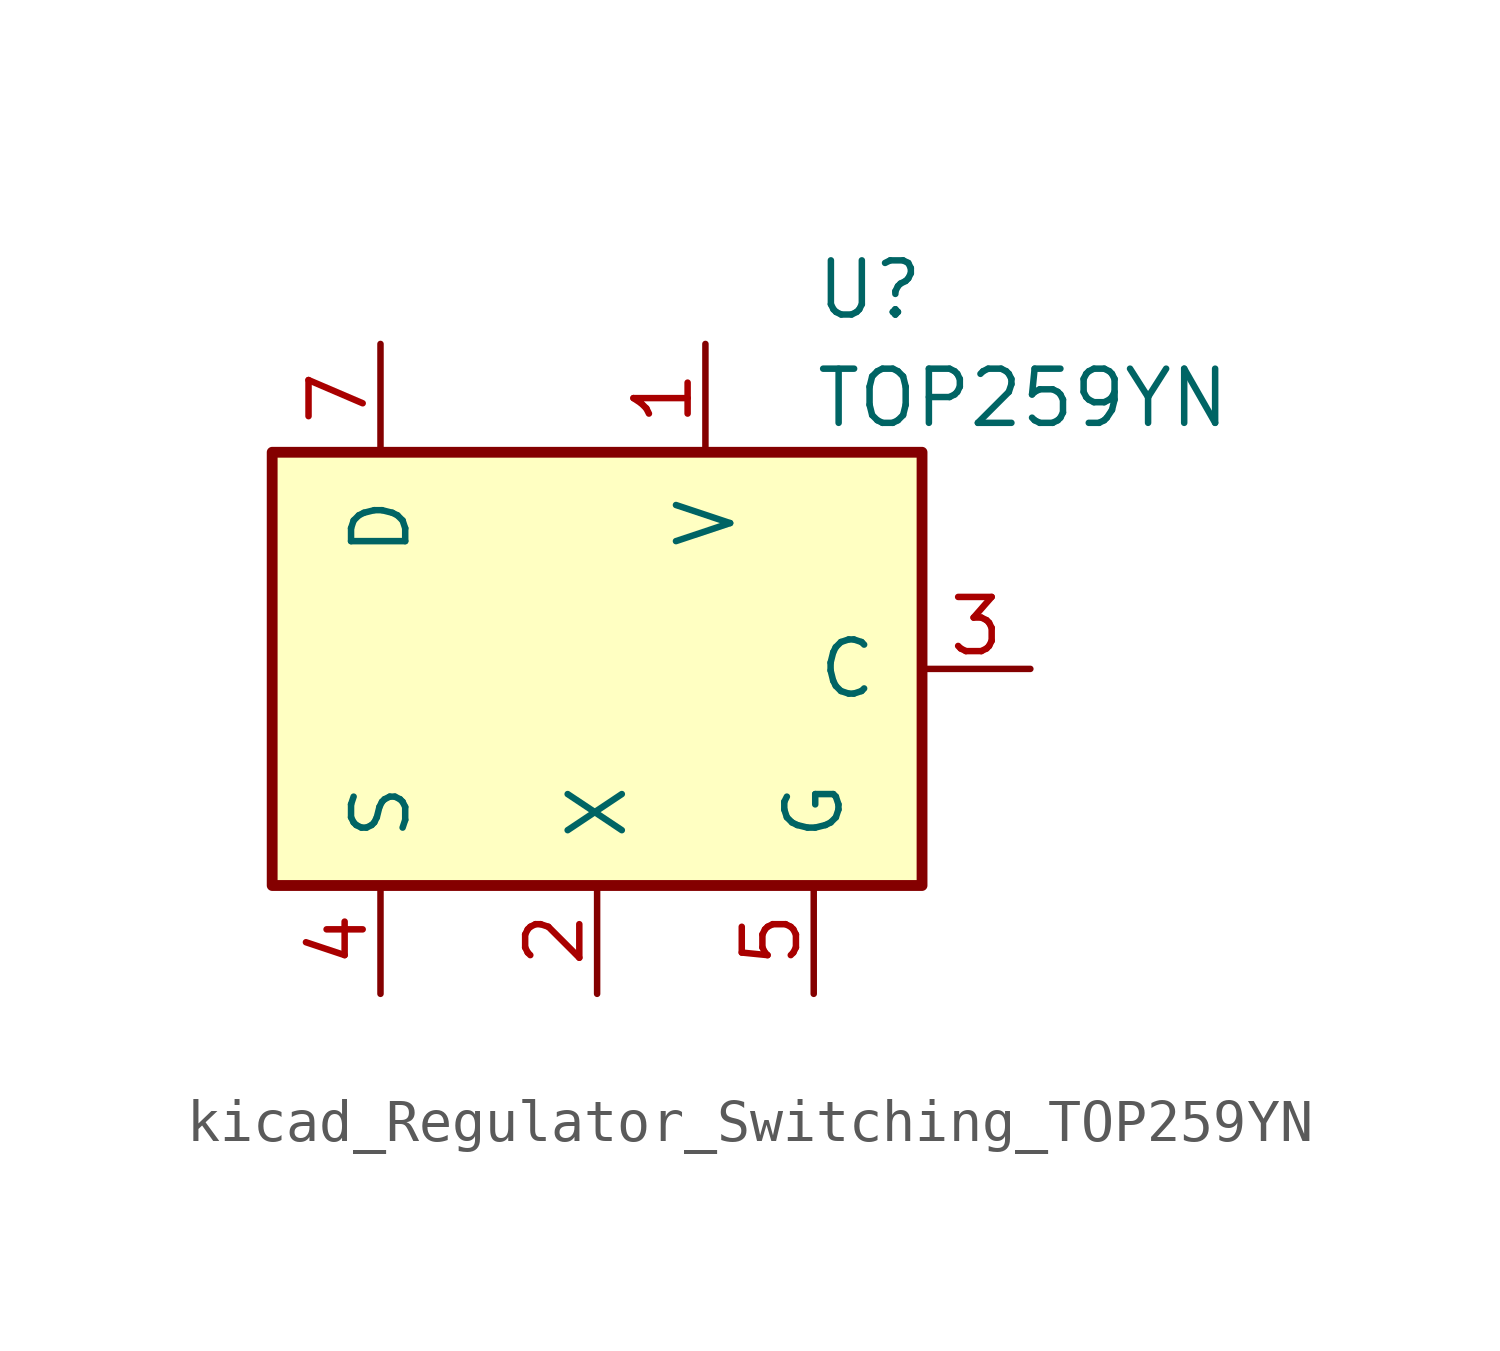
<source format=kicad_sym>
(kicad_symbol_lib
  (version 20220914)
  (generator kicad_symbol_editor)
  (symbol "kicad_Regulator_Switching_TOP259YN"
    (pin_names
      (offset 1.016))
    (property "Reference" "U"
      (at 5.08 8.89 0)
      (effects (font (size 1.27 1.27)) (justify left)))
    (property "Value" "TOP259YN"
      (at 5.08 6.35 0)
      (effects (font (size 1.27 1.27)) (justify left)))
    (symbol "kicad_Regulator_Switching_TOP259YN_0_1"
      (rectangle (start -7.62 5.08) (end 7.62 -5.08) (stroke (width 0.254) (type default)) (fill (type background))))
    (symbol "kicad_Regulator_Switching_TOP259YN_1_1"
      (pin input line (at 2.54 7.62 270) (length 2.54) (name "V" (effects (font (size 1.27 1.27)))) (number "1" (effects (font (size 1.27 1.27)))))
      (pin input line (at 0 -7.62 90) (length 2.54) (name "X" (effects (font (size 1.27 1.27)))) (number "2" (effects (font (size 1.27 1.27)))))
      (pin input line (at 10.16 0 180) (length 2.54) (name "C" (effects (font (size 1.27 1.27)))) (number "3" (effects (font (size 1.27 1.27)))))
      (pin power_in line (at -5.08 -7.62 90) (length 2.54) (name "S" (effects (font (size 1.27 1.27)))) (number "4" (effects (font (size 1.27 1.27)))))
      (pin passive line (at 5.08 -7.62 90) (length 2.54) (name "G" (effects (font (size 1.27 1.27)))) (number "5" (effects (font (size 1.27 1.27)))))
      (pin open_collector line (at -5.08 7.62 270) (length 2.54) (name "D" (effects (font (size 1.27 1.27)))) (number "7" (effects (font (size 1.27 1.27))))))))
</source>
